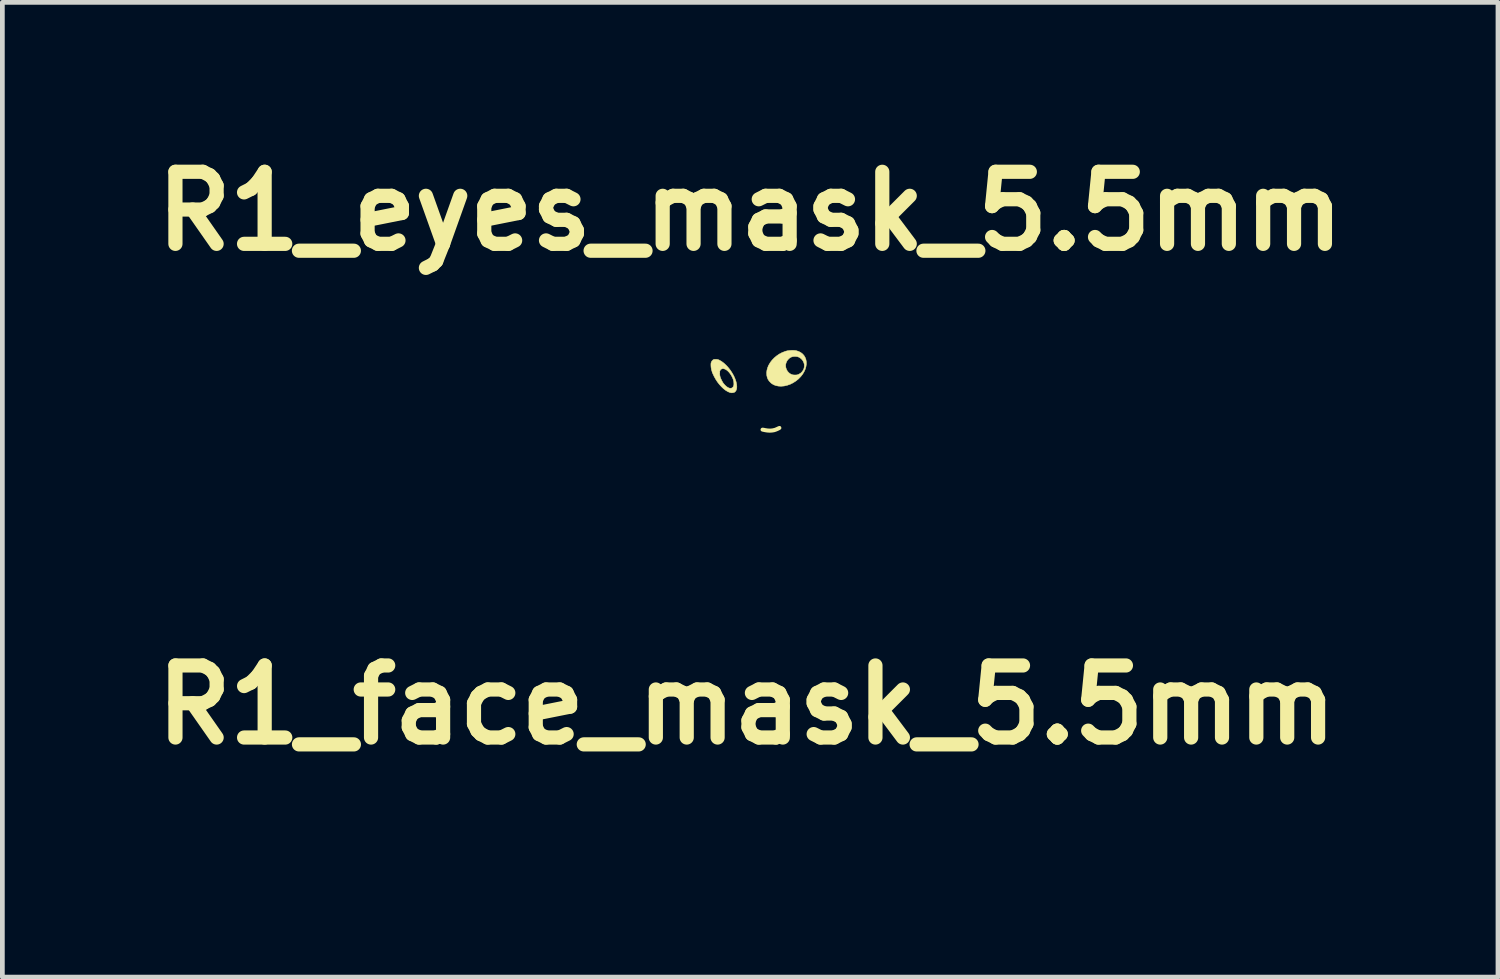
<source format=kicad_pcb>
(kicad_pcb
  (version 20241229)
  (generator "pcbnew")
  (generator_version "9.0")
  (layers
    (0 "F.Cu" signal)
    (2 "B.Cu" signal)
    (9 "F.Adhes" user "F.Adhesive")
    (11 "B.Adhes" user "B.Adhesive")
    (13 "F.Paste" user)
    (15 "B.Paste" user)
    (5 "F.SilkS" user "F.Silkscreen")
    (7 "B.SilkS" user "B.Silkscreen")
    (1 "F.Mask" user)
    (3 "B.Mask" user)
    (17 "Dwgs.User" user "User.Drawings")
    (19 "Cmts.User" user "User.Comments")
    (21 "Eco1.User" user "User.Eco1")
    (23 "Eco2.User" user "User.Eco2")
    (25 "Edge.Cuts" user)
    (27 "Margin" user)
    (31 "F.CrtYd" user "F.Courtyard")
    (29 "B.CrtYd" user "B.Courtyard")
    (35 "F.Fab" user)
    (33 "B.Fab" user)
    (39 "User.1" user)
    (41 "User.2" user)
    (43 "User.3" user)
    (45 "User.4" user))
  (footprint "R1_face_mask_5.5mm"
    (layer "F.Cu")
    (at 12.744 11.859)
    (property "Reference" "R1_face_mask_5.5mm" (at 0 0 0) (layer "F.SilkS") (effects (font (size 1.524 1.524) (thickness 0.3))))
    (attr through_hole)
    (fp_poly (pts (xy -0.476 0.93) (xy -0.46 0.941) (xy -0.458 0.944) (xy -0.442 0.964) (xy -0.429 0.987) (xy -0.419 1.011) (xy -0.412 1.035) (xy -0.409 1.056) (xy -0.411 1.074) (xy -0.417 1.087) (xy -0.427 1.092) (xy -0.429 1.092) (xy -0.437 1.09) (xy -0.448 1.084) (xy -0.45 1.083) (xy -0.467 1.068) (xy -0.483 1.046) (xy -0.496 1.021) (xy -0.506 0.993) (xy -0.512 0.967) (xy -0.513 0.944) (xy -0.51 0.933) (xy -0.503 0.925) (xy -0.49 0.924) (xy -0.476 0.93)) (stroke (width 0.01) (type solid)) (fill yes) (layer "F.Mask"))
    (fp_poly (pts (xy 0.964 0.651) (xy 0.977 0.654) (xy 0.988 0.662) (xy 0.99 0.664) (xy 1.01 0.685) (xy 1.02 0.71) (xy 1.02 0.736) (xy 1.01 0.762) (xy 0.996 0.781) (xy 0.978 0.792) (xy 0.953 0.797) (xy 0.942 0.798) (xy 0.925 0.797) (xy 0.913 0.794) (xy 0.903 0.787) (xy 0.894 0.778) (xy 0.877 0.755) (xy 0.87 0.73) (xy 0.872 0.705) (xy 0.883 0.681) (xy 0.897 0.666) (xy 0.909 0.657) (xy 0.92 0.652) (xy 0.935 0.65) (xy 0.945 0.65) (xy 0.964 0.651)) (stroke (width 0.01) (type solid)) (fill yes) (layer "F.Mask"))
    (fp_poly (pts (xy 0.111 -2.752) (xy 0.16 -2.751) (xy 0.202 -2.749) (xy 0.204 -2.749) (xy 0.371 -2.731) (xy 0.535 -2.704) (xy 0.696 -2.668) (xy 0.855 -2.622) (xy 1.009 -2.566) (xy 1.161 -2.502) (xy 1.307 -2.429) (xy 1.45 -2.346) (xy 1.587 -2.256) (xy 1.72 -2.157) (xy 1.846 -2.049) (xy 1.967 -1.934) (xy 2.011 -1.887) (xy 2.122 -1.762) (xy 2.225 -1.631) (xy 2.319 -1.495) (xy 2.404 -1.354) (xy 2.48 -1.208) (xy 2.548 -1.057) (xy 2.607 -0.902) (xy 2.656 -0.743) (xy 2.696 -0.58) (xy 2.727 -0.413) (xy 2.741 -0.312) (xy 2.744 -0.284) (xy 2.746 -0.248) (xy 2.748 -0.204) (xy 2.75 -0.156) (xy 2.751 -0.104) (xy 2.752 -0.05) (xy 2.753 0.005) (xy 2.753 0.058) (xy 2.752 0.108) (xy 2.752 0.153) (xy 2.75 0.192) (xy 2.749 0.223) (xy 2.749 0.223) (xy 2.73 0.388) (xy 2.703 0.55) (xy 2.665 0.71) (xy 2.618 0.866) (xy 2.562 1.02) (xy 2.497 1.17) (xy 2.423 1.315) (xy 2.341 1.456) (xy 2.25 1.592) (xy 2.151 1.723) (xy 2.045 1.848) (xy 1.93 1.967) (xy 1.808 2.08) (xy 1.764 2.117) (xy 1.632 2.22) (xy 1.496 2.314) (xy 1.354 2.4) (xy 1.207 2.476) (xy 1.057 2.544) (xy 0.902 2.602) (xy 0.744 2.652) (xy 0.583 2.691) (xy 0.419 2.721) (xy 0.252 2.742) (xy 0.236 2.743) (xy 0.205 2.745) (xy 0.165 2.747) (xy 0.12 2.749) (xy 0.072 2.75) (xy 0.022 2.751) (xy -0.027 2.751) (xy -0.073 2.751) (xy -0.114 2.75) (xy -0.149 2.749) (xy -0.161 2.748) (xy -0.331 2.732) (xy -0.498 2.706) (xy -0.661 2.671) (xy -0.821 2.627) (xy -0.977 2.573) (xy -1.13 2.51) (xy -1.278 2.438) (xy -1.421 2.357) (xy -1.56 2.267) (xy -1.693 2.169) (xy -1.821 2.062) (xy -1.883 2.006) (xy -2.001 1.888) (xy -2.112 1.764) (xy -2.214 1.634) (xy -2.308 1.498) (xy -2.393 1.358) (xy -2.47 1.212) (xy -2.538 1.063) (xy -2.596 0.909) (xy -2.646 0.752) (xy -2.686 0.592) (xy -2.717 0.429) (xy -2.738 0.263) (xy -2.744 0.199) (xy -2.746 0.158) (xy -2.747 0.11) (xy -2.748 0.056) (xy -2.748 -0.002) (xy -2.747 -0.046) (xy -1.064 -0.046) (xy -1.064 0.015) (xy -1.063 0.067) (xy -1.062 0.113) (xy -1.06 0.155) (xy -1.057 0.195) (xy -1.052 0.234) (xy -1.047 0.275) (xy -1.04 0.319) (xy -1.033 0.361) (xy -1.009 0.486) (xy -0.977 0.616) (xy -0.938 0.749) (xy -0.894 0.884) (xy -0.844 1.02) (xy -0.789 1.154) (xy -0.73 1.285) (xy -0.667 1.411) (xy -0.602 1.532) (xy -0.578 1.572) (xy -0.552 1.614) (xy -0.528 1.651) (xy -0.503 1.685) (xy -0.475 1.719) (xy -0.444 1.753) (xy -0.407 1.792) (xy -0.394 1.806) (xy -0.325 1.872) (xy -0.26 1.93) (xy -0.196 1.982) (xy -0.132 2.027) (xy -0.066 2.067) (xy 0.003 2.104) (xy 0.006 2.105) (xy 0.073 2.137) (xy 0.141 2.164) (xy 0.21 2.187) (xy 0.282 2.206) (xy 0.358 2.222) (xy 0.44 2.234) (xy 0.528 2.244) (xy 0.624 2.251) (xy 0.704 2.255) (xy 0.718 2.254) (xy 0.739 2.252) (xy 0.763 2.248) (xy 0.776 2.245) (xy 0.882 2.219) (xy 0.986 2.183) (xy 1.089 2.137) (xy 1.19 2.08) (xy 1.269 2.029) (xy 1.305 2.002) (xy 1.346 1.971) (xy 1.39 1.936) (xy 1.436 1.898) (xy 1.482 1.858) (xy 1.528 1.819) (xy 1.57 1.78) (xy 1.609 1.744) (xy 1.643 1.712) (xy 1.669 1.684) (xy 1.719 1.627) (xy 1.768 1.566) (xy 1.815 1.503) (xy 1.86 1.439) (xy 1.902 1.375) (xy 1.939 1.313) (xy 1.971 1.254) (xy 1.997 1.199) (xy 2.016 1.153) (xy 2.027 1.117) (xy 2.034 1.087) (xy 2.035 1.062) (xy 2.032 1.04) (xy 2.03 1.033) (xy 2.022 0.999) (xy 2.015 0.956) (xy 2.01 0.903) (xy 2.009 0.88) (xy 2.007 0.857) (xy 2.005 0.838) (xy 2.003 0.824) (xy 2.002 0.819) (xy 1.996 0.815) (xy 1.983 0.809) (xy 1.971 0.803) (xy 1.935 0.786) (xy 1.905 0.764) (xy 1.88 0.737) (xy 1.859 0.704) (xy 1.843 0.664) (xy 1.829 0.616) (xy 1.822 0.584) (xy 1.813 0.53) (xy 1.807 0.467) (xy 1.803 0.398) (xy 1.801 0.322) (xy 1.802 0.242) (xy 1.805 0.16) (xy 1.811 0.076) (xy 1.819 -0.008) (xy 1.829 -0.091) (xy 1.829 -0.096) (xy 1.838 -0.147) (xy 1.849 -0.201) (xy 1.863 -0.26) (xy 1.881 -0.325) (xy 1.898 -0.378) (xy 1.908 -0.413) (xy 1.915 -0.44) (xy 1.918 -0.458) (xy 1.918 -0.467) (xy 1.917 -0.474) (xy 1.916 -0.491) (xy 1.915 -0.516) (xy 1.915 -0.548) (xy 1.914 -0.587) (xy 1.913 -0.632) (xy 1.912 -0.682) (xy 1.911 -0.737) (xy 1.91 -0.794) (xy 1.91 -0.831) (xy 1.909 -0.905) (xy 1.908 -0.971) (xy 1.907 -1.028) (xy 1.906 -1.078) (xy 1.905 -1.122) (xy 1.904 -1.162) (xy 1.902 -1.197) (xy 1.9 -1.23) (xy 1.898 -1.26) (xy 1.895 -1.29) (xy 1.892 -1.32) (xy 1.888 -1.351) (xy 1.884 -1.385) (xy 1.882 -1.395) (xy 1.873 -1.457) (xy 1.863 -1.523) (xy 1.851 -1.587) (xy 1.838 -1.647) (xy 1.833 -1.669) (xy 1.827 -1.694) (xy 1.822 -1.717) (xy 1.818 -1.735) (xy 1.815 -1.745) (xy 1.815 -1.746) (xy 1.81 -1.755) (xy 1.797 -1.77) (xy 1.778 -1.788) (xy 1.755 -1.809) (xy 1.728 -1.832) (xy 1.698 -1.855) (xy 1.667 -1.879) (xy 1.637 -1.901) (xy 1.613 -1.917) (xy 1.52 -1.971) (xy 1.42 -2.018) (xy 1.315 -2.057) (xy 1.203 -2.088) (xy 1.085 -2.112) (xy 1.074 -2.113) (xy 1.03 -2.119) (xy 0.978 -2.123) (xy 0.92 -2.126) (xy 0.86 -2.128) (xy 0.8 -2.128) (xy 0.741 -2.127) (xy 0.688 -2.124) (xy 0.655 -2.121) (xy 0.518 -2.103) (xy 0.387 -2.078) (xy 0.261 -2.045) (xy 0.142 -2.005) (xy 0.029 -1.959) (xy -0.077 -1.905) (xy -0.176 -1.845) (xy -0.267 -1.777) (xy -0.288 -1.761) (xy -0.321 -1.732) (xy -0.353 -1.701) (xy -0.386 -1.666) (xy -0.422 -1.627) (xy -0.461 -1.58) (xy -0.469 -1.57) (xy -0.573 -1.437) (xy -0.667 -1.305) (xy -0.75 -1.172) (xy -0.824 -1.039) (xy -0.887 -0.906) (xy -0.941 -0.772) (xy -0.986 -0.637) (xy -1.02 -0.501) (xy -1.036 -0.424) (xy -1.043 -0.381) (xy -1.049 -0.342) (xy -1.054 -0.307) (xy -1.058 -0.272) (xy -1.06 -0.236) (xy -1.062 -0.197) (xy -1.063 -0.153) (xy -1.064 -0.103) (xy -1.064 -0.046) (xy -2.747 -0.046) (xy -2.747 -0.061) (xy -2.745 -0.12) (xy -2.743 -0.177) (xy -2.741 -0.23) (xy -2.737 -0.277) (xy -2.734 -0.315) (xy -2.733 -0.317) (xy -2.708 -0.487) (xy -2.673 -0.652) (xy -2.629 -0.813) (xy -2.576 -0.97) (xy -2.514 -1.123) (xy -2.442 -1.271) (xy -2.361 -1.416) (xy -2.27 -1.557) (xy -2.17 -1.694) (xy -2.103 -1.778) (xy -2.078 -1.807) (xy -2.047 -1.841) (xy -2.011 -1.879) (xy -1.972 -1.919) (xy -1.931 -1.96) (xy -1.891 -2) (xy -1.852 -2.037) (xy -1.816 -2.07) (xy -1.785 -2.098) (xy -1.773 -2.108) (xy -1.657 -2.2) (xy -1.54 -2.284) (xy -1.42 -2.36) (xy -1.295 -2.431) (xy -1.242 -2.459) (xy -1.097 -2.527) (xy -0.95 -2.587) (xy -0.799 -2.637) (xy -0.646 -2.679) (xy -0.487 -2.712) (xy -0.324 -2.737) (xy -0.312 -2.738) (xy -0.274 -2.742) (xy -0.228 -2.746) (xy -0.176 -2.748) (xy -0.119 -2.75) (xy -0.06 -2.752) (xy -0.001 -2.753) (xy 0.057 -2.753) (xy 0.111 -2.752)) (stroke (width 0.01) (type solid)) (fill yes) (layer "F.Mask")))
  (footprint "R1_eyes_mask_5.5mm"
    (layer "F.Cu")
    (at 12.816 3.958)
    (property "Reference" "R1_eyes_mask_5.5mm" (at 0 -2.54 0) (layer "F.SilkS") (effects (font (size 1.524 1.524) (thickness 0.3))))
    (attr through_hole)
    (fp_poly (pts (xy 0.625 2.032) (xy 0.629 2.037) (xy 0.63 2.045) (xy 0.625 2.051) (xy 0.613 2.059) (xy 0.596 2.068) (xy 0.574 2.078) (xy 0.551 2.088) (xy 0.528 2.096) (xy 0.507 2.103) (xy 0.506 2.103) (xy 0.463 2.11) (xy 0.414 2.113) (xy 0.364 2.11) (xy 0.318 2.103) (xy 0.29 2.097) (xy 0.271 2.093) (xy 0.259 2.09) (xy 0.253 2.087) (xy 0.25 2.085) (xy 0.249 2.082) (xy 0.249 2.081) (xy 0.25 2.074) (xy 0.254 2.069) (xy 0.262 2.067) (xy 0.276 2.068) (xy 0.298 2.072) (xy 0.315 2.076) (xy 0.374 2.085) (xy 0.427 2.087) (xy 0.477 2.082) (xy 0.526 2.07) (xy 0.574 2.05) (xy 0.579 2.047) (xy 0.601 2.037) (xy 0.616 2.032) (xy 0.625 2.032)) (stroke (width 0.06) (type solid)) (fill yes) (layer "F.SilkS"))
    (fp_poly (pts (xy 0.918 0.402) (xy 0.956 0.405) (xy 0.977 0.409) (xy 1.028 0.426) (xy 1.073 0.45) (xy 1.111 0.48) (xy 1.141 0.515) (xy 1.164 0.555) (xy 1.18 0.599) (xy 1.188 0.646) (xy 1.188 0.695) (xy 1.18 0.747) (xy 1.165 0.799) (xy 1.141 0.852) (xy 1.11 0.905) (xy 1.072 0.954) (xy 1.022 1.006) (xy 0.967 1.05) (xy 0.908 1.088) (xy 0.846 1.119) (xy 0.782 1.141) (xy 0.717 1.156) (xy 0.653 1.161) (xy 0.598 1.158) (xy 0.543 1.147) (xy 0.494 1.128) (xy 0.451 1.101) (xy 0.433 1.085) (xy 0.401 1.051) (xy 0.378 1.017) (xy 0.362 0.979) (xy 0.352 0.936) (xy 0.351 0.928) (xy 0.348 0.874) (xy 0.355 0.819) (xy 0.371 0.764) (xy 0.384 0.733) (xy 0.749 0.733) (xy 0.752 0.755) (xy 0.765 0.799) (xy 0.786 0.839) (xy 0.814 0.872) (xy 0.849 0.899) (xy 0.89 0.917) (xy 0.89 0.917) (xy 0.91 0.921) (xy 0.937 0.923) (xy 0.956 0.923) (xy 0.98 0.922) (xy 0.998 0.919) (xy 1.015 0.913) (xy 1.033 0.905) (xy 1.07 0.882) (xy 1.1 0.852) (xy 1.124 0.817) (xy 1.139 0.779) (xy 1.146 0.738) (xy 1.144 0.696) (xy 1.144 0.695) (xy 1.131 0.653) (xy 1.11 0.614) (xy 1.081 0.581) (xy 1.046 0.555) (xy 1.027 0.545) (xy 0.998 0.535) (xy 0.962 0.531) (xy 0.926 0.531) (xy 0.891 0.537) (xy 0.874 0.542) (xy 0.838 0.561) (xy 0.808 0.588) (xy 0.782 0.62) (xy 0.764 0.656) (xy 0.752 0.695) (xy 0.749 0.733) (xy 0.384 0.733) (xy 0.395 0.71) (xy 0.426 0.657) (xy 0.464 0.608) (xy 0.509 0.561) (xy 0.559 0.519) (xy 0.614 0.481) (xy 0.673 0.45) (xy 0.737 0.425) (xy 0.755 0.419) (xy 0.791 0.41) (xy 0.833 0.405) (xy 0.876 0.402) (xy 0.918 0.402)) (stroke (width 0.01) (type solid)) (fill yes) (layer "F.SilkS"))
    (fp_poly (pts (xy -0.706 0.592) (xy -0.689 0.595) (xy -0.672 0.6) (xy -0.653 0.608) (xy -0.603 0.637) (xy -0.554 0.674) (xy -0.506 0.719) (xy -0.46 0.77) (xy -0.417 0.825) (xy -0.379 0.884) (xy -0.345 0.945) (xy -0.318 1.007) (xy -0.297 1.069) (xy -0.285 1.128) (xy -0.285 1.131) (xy -0.282 1.174) (xy -0.286 1.212) (xy -0.295 1.244) (xy -0.311 1.27) (xy -0.332 1.288) (xy -0.337 1.29) (xy -0.365 1.298) (xy -0.397 1.3) (xy -0.429 1.293) (xy -0.429 1.293) (xy -0.473 1.275) (xy -0.518 1.248) (xy -0.563 1.213) (xy -0.608 1.17) (xy -0.652 1.122) (xy -0.693 1.069) (xy -0.73 1.012) (xy -0.764 0.951) (xy -0.764 0.95) (xy -0.79 0.896) (xy -0.798 0.874) (xy -0.645 0.874) (xy -0.644 0.901) (xy -0.642 0.929) (xy -0.637 0.953) (xy -0.628 0.983) (xy -0.613 1.017) (xy -0.595 1.052) (xy -0.577 1.084) (xy -0.562 1.105) (xy -0.53 1.141) (xy -0.499 1.169) (xy -0.468 1.189) (xy -0.44 1.201) (xy -0.413 1.204) (xy -0.389 1.199) (xy -0.374 1.188) (xy -0.359 1.172) (xy -0.35 1.152) (xy -0.345 1.126) (xy -0.345 1.1) (xy -0.348 1.061) (xy -0.358 1.021) (xy -0.374 0.98) (xy -0.394 0.941) (xy -0.417 0.904) (xy -0.443 0.87) (xy -0.471 0.841) (xy -0.5 0.817) (xy -0.53 0.8) (xy -0.559 0.79) (xy -0.586 0.789) (xy -0.587 0.789) (xy -0.61 0.798) (xy -0.628 0.814) (xy -0.638 0.832) (xy -0.643 0.849) (xy -0.645 0.874) (xy -0.798 0.874) (xy -0.808 0.847) (xy -0.821 0.801) (xy -0.828 0.756) (xy -0.83 0.719) (xy -0.83 0.694) (xy -0.829 0.676) (xy -0.826 0.662) (xy -0.821 0.649) (xy -0.819 0.644) (xy -0.808 0.626) (xy -0.794 0.611) (xy -0.789 0.606) (xy -0.778 0.599) (xy -0.768 0.594) (xy -0.755 0.592) (xy -0.736 0.592) (xy -0.729 0.592) (xy -0.706 0.592)) (stroke (width 0.01) (type solid)) (fill yes) (layer "F.SilkS")))
  (gr_rect
    (start -3 -3)
    (end 28.632 17.615)
    (stroke (width 0.1) (type default))
    (fill no)
    (layer "Edge.Cuts")))
</source>
